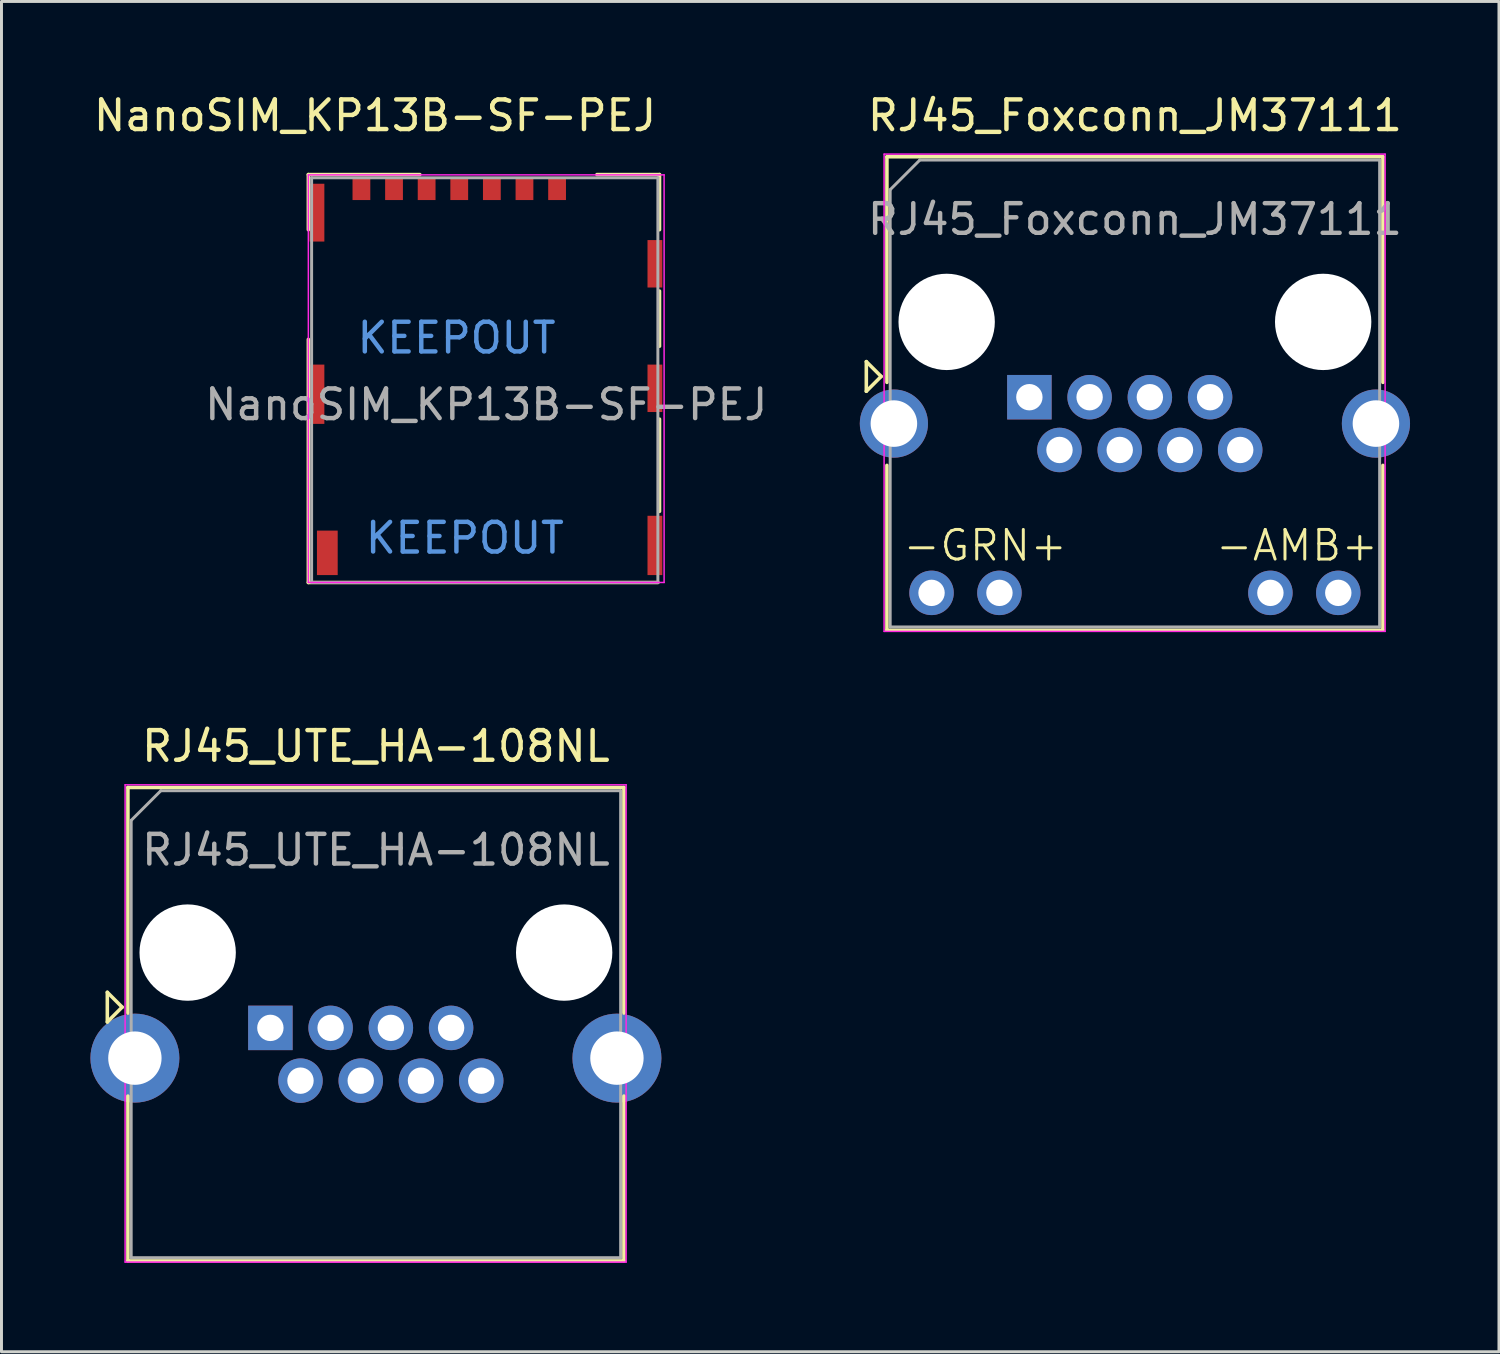
<source format=kicad_pcb>
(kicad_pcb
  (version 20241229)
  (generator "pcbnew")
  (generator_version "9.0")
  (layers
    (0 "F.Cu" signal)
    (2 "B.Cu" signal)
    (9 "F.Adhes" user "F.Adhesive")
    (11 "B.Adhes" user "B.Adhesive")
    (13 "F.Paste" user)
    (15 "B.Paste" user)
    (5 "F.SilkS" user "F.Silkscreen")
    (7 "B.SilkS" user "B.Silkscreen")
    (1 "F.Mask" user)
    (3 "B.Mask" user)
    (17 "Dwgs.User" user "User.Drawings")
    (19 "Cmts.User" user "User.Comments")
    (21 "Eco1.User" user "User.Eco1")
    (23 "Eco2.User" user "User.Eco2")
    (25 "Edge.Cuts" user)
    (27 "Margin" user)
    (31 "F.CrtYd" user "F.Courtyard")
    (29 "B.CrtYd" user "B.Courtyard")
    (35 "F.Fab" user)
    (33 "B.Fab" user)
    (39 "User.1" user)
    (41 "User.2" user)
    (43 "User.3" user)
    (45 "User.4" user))
  (footprint "NanoSIM_KP13B-SF-PEJ"
    (layer "F.Cu")
    (at 7.641 2.948)
    (property "Reference" "NanoSIM_KP13B-SF-PEJ" (at 1.96 -2.1 0) (layer "F.SilkS") (effects (font (size 1 1) (thickness 0.15))))
    (attr smd)
    (fp_line (start -0.29 -0.11) (end 3.47 -0.11) (stroke (width 0.12) (type solid)) (layer "F.SilkS"))
    (fp_line (start -0.29 1.75) (end -0.29 -0.11) (stroke (width 0.12) (type solid)) (layer "F.SilkS"))
    (fp_line (start -0.29 13.65) (end -0.29 5.45) (stroke (width 0.12) (type solid)) (layer "F.SilkS"))
    (fp_line (start -0.29 13.65) (end 11.5 13.65) (stroke (width 0.12) (type solid)) (layer "F.SilkS"))
    (fp_line (start 9.445 -0.11) (end 11.555 -0.11) (stroke (width 0.12) (type solid)) (layer "F.SilkS"))
    (fp_line (start 11.555 1.75) (end 11.555 -0.11) (stroke (width 0.12) (type solid)) (layer "F.SilkS"))
    (fp_line (start 11.555 5.68) (end 11.555 3.82) (stroke (width 0.12) (type solid)) (layer "F.SilkS"))
    (fp_line (start 11.555 11.25) (end 11.555 8.14) (stroke (width 0.12) (type solid)) (layer "F.SilkS"))
    (fp_line (start -0.29 -0.1) (end -0.29 13.65) (stroke (width 0.05) (type solid)) (layer "F.CrtYd"))
    (fp_line (start -0.29 -0.1) (end 11.71 -0.1) (stroke (width 0.05) (type solid)) (layer "F.CrtYd"))
    (fp_line (start -0.29 13.65) (end 11.71 13.65) (stroke (width 0.05) (type solid)) (layer "F.CrtYd"))
    (fp_line (start 11.71 -0.1) (end 11.71 13.65) (stroke (width 0.05) (type solid)) (layer "F.CrtYd"))
    (fp_line (start -0.18 0) (end -0.18 13.65) (stroke (width 0.1) (type solid)) (layer "F.Fab"))
    (fp_line (start -0.18 0) (end 11.5 0) (stroke (width 0.1) (type solid)) (layer "F.Fab"))
    (fp_line (start -0.18 13.65) (end 11.5 13.65) (stroke (width 0.1) (type solid)) (layer "F.Fab"))
    (fp_line (start 11.5 0) (end 11.5 13.65) (stroke (width 0.1) (type solid)) (layer "F.Fab"))
    (fp_text user "KEEPOUT" (at 4.99 12.15 0) (layer "Cmts.User") (effects (font (size 1 1) (thickness 0.15))))
    (fp_text user "KEEPOUT" (at 4.71 5.4 0) (layer "Cmts.User") (effects (font (size 1 1) (thickness 0.15))))
    (fp_text user "${REFERENCE}" (at 5.71 7.65 0) (layer "F.Fab") (effects (font (size 1 1) (thickness 0.15))))
    (pad "C1" smd rect (at 8.1 0.375) (size 0.6 0.75) (layers "F.Cu" "F.Mask" "F.Paste"))
    (pad "C2" smd rect (at 3.7 0.375) (size 0.6 0.75) (layers "F.Cu" "F.Mask" "F.Paste"))
    (pad "C3" smd rect (at 1.5 0.375) (size 0.6 0.75) (layers "F.Cu" "F.Mask" "F.Paste"))
    (pad "C5" smd rect (at 7 0.375) (size 0.6 0.75) (layers "F.Cu" "F.Mask" "F.Paste"))
    (pad "C6" smd rect (at 4.8 0.375) (size 0.6 0.75) (layers "F.Cu" "F.Mask" "F.Paste"))
    (pad "C7" smd rect (at 2.6 0.375) (size 0.6 0.75) (layers "F.Cu" "F.Mask" "F.Paste"))
    (pad "D/T" smd rect (at 5.9 0.375) (size 0.6 0.75) (layers "F.Cu" "F.Mask" "F.Paste"))
    (pad "SH" smd rect (at 0 1.175) (size 0.5 1.95) (layers "F.Cu" "F.Mask" "F.Paste"))
    (pad "SH" smd rect (at 0 7.3) (size 0.5 2) (layers "F.Cu" "F.Mask" "F.Paste"))
    (pad "SH" smd rect (at 0.35 12.65) (size 0.7 1.5) (layers "F.Cu" "F.Mask" "F.Paste"))
    (pad "SH" smd rect (at 11.4 2.9) (size 0.5 1.6) (layers "F.Cu" "F.Mask" "F.Paste"))
    (pad "SH" smd rect (at 11.4 7.1) (size 0.5 1.6) (layers "F.Cu" "F.Mask" "F.Paste"))
    (pad "SH" smd rect (at 11.4 12.4) (size 0.5 2) (layers "F.Cu" "F.Mask" "F.Paste"))
    (zone (net_name "") (layer "F.Cu") (name "KEEPOUT1") (hatch full 0.5) (connect_pads) (min_thickness 0.254) (filled_areas_thickness no) (keepout (tracks not_allowed) (vias not_allowed) (pads not_allowed) (copperpour not_allowed) (footprints not_allowed)) (placement (enabled no)) (fill) (polygon (pts (xy 8.851 9.548) (xy 16.071 9.548) (xy 16.071 6.848) (xy 8.851 6.848))))
    (zone (net_name "") (layer "F.Cu") (name "KEEPOUT1") (hatch full 0.5) (connect_pads) (min_thickness 0.254) (filled_areas_thickness no) (keepout (tracks not_allowed) (vias not_allowed) (pads not_allowed) (copperpour not_allowed) (footprints not_allowed)) (placement (enabled no)) (fill) (polygon (pts (xy 9.131 16.548) (xy 16.351 16.548) (xy 16.351 14.098) (xy 9.131 14.098)))))
  (footprint "RJ45_Foxconn_JM37111"
    (layer "F.Cu")
    (at 31.672 10.348)
    (property "Reference" "RJ45_Foxconn_JM37111" (at 3.56 -9.5 0) (layer "F.SilkS") (effects (font (size 1 1) (thickness 0.15))))
    (attr through_hole)
    (fp_line (start -5.5 -1.2) (end -5 -0.7) (stroke (width 0.12) (type solid)) (layer "F.SilkS"))
    (fp_line (start -5.5 -0.2) (end -5.5 -1.2) (stroke (width 0.12) (type solid)) (layer "F.SilkS"))
    (fp_line (start -5 -0.7) (end -5.5 -0.2) (stroke (width 0.12) (type solid)) (layer "F.SilkS"))
    (fp_line (start -4.805 -8.11) (end -4.805 -0.5) (stroke (width 0.12) (type solid)) (layer "F.SilkS"))
    (fp_line (start -4.805 -8.11) (end 11.925 -8.11) (stroke (width 0.12) (type solid)) (layer "F.SilkS"))
    (fp_line (start -4.805 7.86) (end -4.805 2.3) (stroke (width 0.12) (type solid)) (layer "F.SilkS"))
    (fp_line (start -4.805 7.86) (end 11.925 7.86) (stroke (width 0.12) (type solid)) (layer "F.SilkS"))
    (fp_line (start 11.925 -8.11) (end 11.925 -0.5) (stroke (width 0.12) (type solid)) (layer "F.SilkS"))
    (fp_line (start 11.925 7.86) (end 11.925 2.3) (stroke (width 0.12) (type solid)) (layer "F.SilkS"))
    (fp_line (start -4.9 -8.2) (end -4.9 7.9) (stroke (width 0.05) (type solid)) (layer "F.CrtYd"))
    (fp_line (start -4.9 -8.2) (end 12 -8.2) (stroke (width 0.05) (type solid)) (layer "F.CrtYd"))
    (fp_line (start -4.9 7.9) (end 12 7.9) (stroke (width 0.05) (type solid)) (layer "F.CrtYd"))
    (fp_line (start 12 -8.2) (end 12 7.9) (stroke (width 0.05) (type solid)) (layer "F.CrtYd"))
    (fp_line (start -4.695 -7) (end -4.695 7.75) (stroke (width 0.1) (type solid)) (layer "F.Fab"))
    (fp_line (start -4.695 -7) (end -3.695 -8) (stroke (width 0.1) (type solid)) (layer "F.Fab"))
    (fp_line (start -4.695 7.75) (end 11.815 7.75) (stroke (width 0.1) (type solid)) (layer "F.Fab"))
    (fp_line (start -3.695 -8) (end 11.815 -8) (stroke (width 0.1) (type solid)) (layer "F.Fab"))
    (fp_line (start 11.815 -8) (end 11.815 7.75) (stroke (width 0.1) (type solid)) (layer "F.Fab"))
    (fp_text user "-AMB+" (at 6.223 5.588 0) (unlocked yes) (layer "F.SilkS") (effects (font (size 1 1) (thickness 0.1)) (justify left bottom)))
    (fp_text user "-GRN+" (at -4.318 5.588 0) (unlocked yes) (layer "F.SilkS") (effects (font (size 1 1) (thickness 0.1)) (justify left bottom)))
    (fp_text user "${REFERENCE}" (at 3.56 -6 0) (layer "F.Fab") (effects (font (size 1 1) (thickness 0.15))))
    (pad "" np_thru_hole circle (at -2.79 -2.54) (size 3.25 3.25) (drill 3.25) (layers "*.Cu" "*.Mask"))
    (pad "" np_thru_hole circle (at 9.91 -2.54) (size 3.25 3.25) (drill 3.25) (layers "*.Cu" "*.Mask"))
    (pad "1" thru_hole rect (at 0 0) (size 1.5 1.5) (drill 0.89) (layers "*.Cu" "*.Mask"))
    (pad "2" thru_hole circle (at 1.016 1.78) (size 1.5 1.5) (drill 0.89) (layers "*.Cu" "*.Mask"))
    (pad "3" thru_hole circle (at 2.032 0) (size 1.5 1.5) (drill 0.89) (layers "*.Cu" "*.Mask"))
    (pad "4" thru_hole circle (at 3.048 1.78) (size 1.5 1.5) (drill 0.89) (layers "*.Cu" "*.Mask"))
    (pad "5" thru_hole circle (at 4.064 0) (size 1.5 1.5) (drill 0.89) (layers "*.Cu" "*.Mask"))
    (pad "6" thru_hole circle (at 5.08 1.78) (size 1.5 1.5) (drill 0.89) (layers "*.Cu" "*.Mask"))
    (pad "7" thru_hole circle (at 6.096 0) (size 1.5 1.5) (drill 0.89) (layers "*.Cu" "*.Mask"))
    (pad "8" thru_hole circle (at 7.112 1.78) (size 1.5 1.5) (drill 0.89) (layers "*.Cu" "*.Mask"))
    (pad "9" thru_hole circle (at -3.3 6.6) (size 1.5 1.5) (drill 0.89) (layers "*.Cu" "*.Mask"))
    (pad "10" thru_hole circle (at -1.01 6.6) (size 1.5 1.5) (drill 0.89) (layers "*.Cu" "*.Mask"))
    (pad "11" thru_hole circle (at 8.13 6.6) (size 1.5 1.5) (drill 0.89) (layers "*.Cu" "*.Mask"))
    (pad "12" thru_hole circle (at 10.42 6.6) (size 1.5 1.5) (drill 0.89) (layers "*.Cu" "*.Mask"))
    (pad "SH" thru_hole circle (at -4.57 0.89) (size 2.3 2.3) (drill 1.57) (layers "*.Cu" "*.Mask"))
    (pad "SH" thru_hole circle (at 11.69 0.89) (size 2.3 2.3) (drill 1.57) (layers "*.Cu" "*.Mask"))
    (zone (net_name "") (layers "F.Cu" "F.SilkS") (name "TRACE_KEEP_OUT") (hatch edge 0.5) (connect_pads) (min_thickness 0.25) (filled_areas_thickness no) (keepout (tracks not_allowed) (vias not_allowed) (pads not_allowed) (copperpour not_allowed) (footprints not_allowed)) (placement (enabled no)) (fill) (polygon (pts (xy 28.672 2.967) (xy 28.672 5.221) (xy 41.926 5.221) (xy 41.926 2.967)))))
  (footprint "RJ45_UTE_HA-108NL"
    (layer "F.Cu")
    (at 6.07 31.622)
    (property "Reference" "RJ45_UTE_HA-108NL" (at 3.56 -9.5 0) (layer "F.SilkS") (effects (font (size 1 1) (thickness 0.15))))
    (attr through_hole)
    (fp_line (start -5.5 -1.2) (end -5 -0.7) (stroke (width 0.12) (type solid)) (layer "F.SilkS"))
    (fp_line (start -5.5 -0.2) (end -5.5 -1.2) (stroke (width 0.12) (type solid)) (layer "F.SilkS"))
    (fp_line (start -5 -0.7) (end -5.5 -0.2) (stroke (width 0.12) (type solid)) (layer "F.SilkS"))
    (fp_line (start -4.805 -8.11) (end -4.805 -0.5) (stroke (width 0.12) (type solid)) (layer "F.SilkS"))
    (fp_line (start -4.805 -8.11) (end 11.925 -8.11) (stroke (width 0.12) (type solid)) (layer "F.SilkS"))
    (fp_line (start -4.805 7.86) (end -4.805 2.3) (stroke (width 0.12) (type solid)) (layer "F.SilkS"))
    (fp_line (start -4.805 7.86) (end 11.925 7.86) (stroke (width 0.12) (type solid)) (layer "F.SilkS"))
    (fp_line (start 11.925 -8.11) (end 11.925 -0.5) (stroke (width 0.12) (type solid)) (layer "F.SilkS"))
    (fp_line (start 11.925 7.86) (end 11.925 2.3) (stroke (width 0.12) (type solid)) (layer "F.SilkS"))
    (fp_line (start -4.9 -8.2) (end -4.9 7.9) (stroke (width 0.05) (type solid)) (layer "F.CrtYd"))
    (fp_line (start -4.9 -8.2) (end 12 -8.2) (stroke (width 0.05) (type solid)) (layer "F.CrtYd"))
    (fp_line (start -4.9 7.9) (end 12 7.9) (stroke (width 0.05) (type solid)) (layer "F.CrtYd"))
    (fp_line (start 12 -8.2) (end 12 7.9) (stroke (width 0.05) (type solid)) (layer "F.CrtYd"))
    (fp_line (start -4.695 -7) (end -4.695 7.75) (stroke (width 0.1) (type solid)) (layer "F.Fab"))
    (fp_line (start -4.695 -7) (end -3.695 -8) (stroke (width 0.1) (type solid)) (layer "F.Fab"))
    (fp_line (start -4.695 7.75) (end 11.815 7.75) (stroke (width 0.1) (type solid)) (layer "F.Fab"))
    (fp_line (start -3.695 -8) (end 11.815 -8) (stroke (width 0.1) (type solid)) (layer "F.Fab"))
    (fp_line (start 11.815 -8) (end 11.815 7.75) (stroke (width 0.1) (type solid)) (layer "F.Fab"))
    (fp_text user "${REFERENCE}" (at 3.56 -6 0) (layer "F.Fab") (effects (font (size 1 1) (thickness 0.15))))
    (pad "" np_thru_hole circle (at -2.79 -2.54) (size 3.25 3.25) (drill 3.25) (layers "*.Cu" "*.Mask"))
    (pad "" np_thru_hole circle (at 9.91 -2.54) (size 3.25 3.25) (drill 3.25) (layers "*.Cu" "*.Mask"))
    (pad "1" thru_hole rect (at 0 0) (size 1.5 1.5) (drill 0.89) (layers "*.Cu" "*.Mask"))
    (pad "2" thru_hole circle (at 1.016 1.78) (size 1.5 1.5) (drill 0.89) (layers "*.Cu" "*.Mask"))
    (pad "3" thru_hole circle (at 2.032 0) (size 1.5 1.5) (drill 0.89) (layers "*.Cu" "*.Mask"))
    (pad "4" thru_hole circle (at 3.048 1.78) (size 1.5 1.5) (drill 0.89) (layers "*.Cu" "*.Mask"))
    (pad "5" thru_hole circle (at 4.064 0) (size 1.5 1.5) (drill 0.89) (layers "*.Cu" "*.Mask"))
    (pad "6" thru_hole circle (at 5.08 1.78) (size 1.5 1.5) (drill 0.89) (layers "*.Cu" "*.Mask"))
    (pad "7" thru_hole circle (at 6.096 0) (size 1.5 1.5) (drill 0.89) (layers "*.Cu" "*.Mask"))
    (pad "8" thru_hole circle (at 7.112 1.78) (size 1.5 1.5) (drill 0.89) (layers "*.Cu" "*.Mask"))
    (pad "SH" thru_hole circle (at -4.57 1.02) (size 3 3) (drill 1.8) (layers "*.Cu" "*.Mask"))
    (pad "SH" thru_hole circle (at 11.69 1.02) (size 3 3) (drill 1.8) (layers "*.Cu" "*.Mask"))
    (zone (net_name "") (layers "F.Cu" "F.SilkS") (name "TRACE_KEEP_OUT") (hatch edge 0.5) (connect_pads) (min_thickness 0.25) (filled_areas_thickness no) (keepout (tracks not_allowed) (vias not_allowed) (pads not_allowed) (copperpour not_allowed) (footprints not_allowed)) (placement (enabled no)) (fill) (polygon (pts (xy 3.07 24.241) (xy 3.07 26.494) (xy 16.324 26.494) (xy 16.324 24.241)))))
  (gr_rect
    (start -3 -3)
    (end 47.512 42.547)
    (stroke (width 0.1) (type default))
    (fill no)
    (layer "Edge.Cuts")))
</source>
